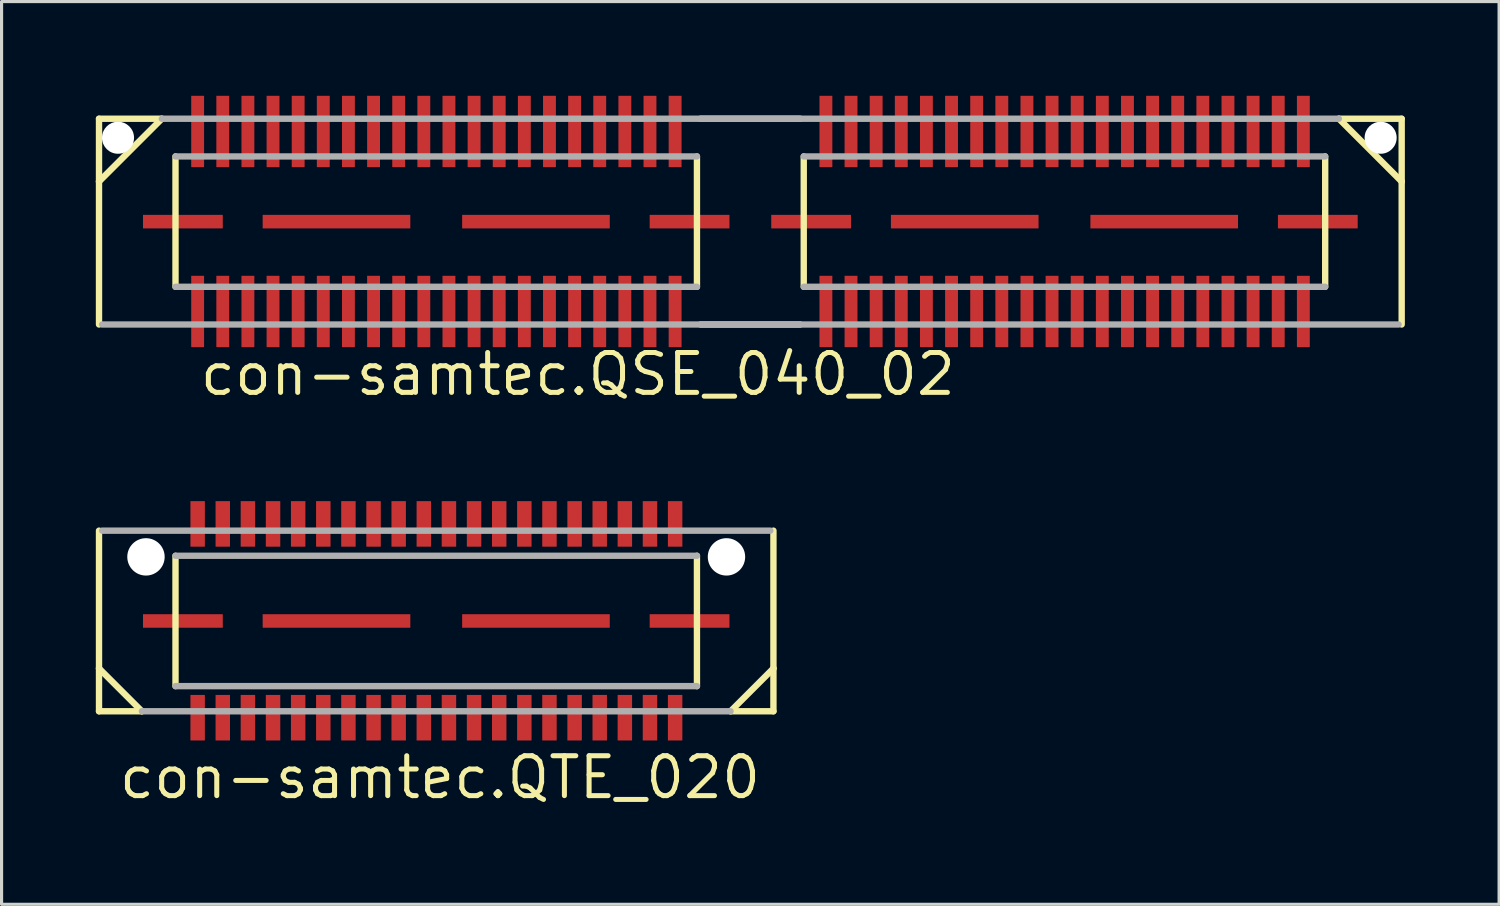
<source format=kicad_pcb>
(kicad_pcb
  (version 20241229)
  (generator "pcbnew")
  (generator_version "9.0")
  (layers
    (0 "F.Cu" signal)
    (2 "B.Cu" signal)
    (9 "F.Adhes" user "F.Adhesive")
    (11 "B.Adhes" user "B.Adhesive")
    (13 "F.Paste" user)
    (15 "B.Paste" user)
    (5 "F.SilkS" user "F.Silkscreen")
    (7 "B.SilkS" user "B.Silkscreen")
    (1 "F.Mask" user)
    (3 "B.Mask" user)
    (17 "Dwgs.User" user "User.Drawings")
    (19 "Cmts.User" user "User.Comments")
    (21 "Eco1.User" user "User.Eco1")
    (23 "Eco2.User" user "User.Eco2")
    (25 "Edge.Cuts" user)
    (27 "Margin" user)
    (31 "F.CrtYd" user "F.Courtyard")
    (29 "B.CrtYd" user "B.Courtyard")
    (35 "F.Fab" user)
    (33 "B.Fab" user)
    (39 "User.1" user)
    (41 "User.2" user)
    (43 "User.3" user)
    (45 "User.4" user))
  (footprint "con-samtec.QSE_040_02"
    (layer "F.Cu")
    (at 20.837 4.005)
    (property "Reference" "con-samtec.QSE_040_02" (at -17.6 5.6 0) (layer "F.SilkS") (effects (font (size 1.27 1.27) (thickness 0.16)) (justify left bottom)))
    (attr smd)
    (fp_line (start -20.735 -3.275) (end -20.735 -1.275) (stroke (width 0.203) (type default)) (layer "F.SilkS"))
    (fp_line (start -20.735 -1.275) (end -20.735 3.275) (stroke (width 0.203) (type default)) (layer "F.SilkS"))
    (fp_line (start -18.735 -3.275) (end -20.735 -3.275) (stroke (width 0.203) (type default)) (layer "F.SilkS"))
    (fp_line (start -18.735 -3.275) (end -20.735 -1.275) (stroke (width 0.203) (type default)) (layer "F.SilkS"))
    (fp_line (start -18.3 2.075) (end -18.3 -2.075) (stroke (width 0.203) (type default)) (layer "F.SilkS"))
    (fp_line (start -1.7 -2.075) (end -1.7 2.075) (stroke (width 0.203) (type default)) (layer "F.SilkS"))
    (fp_line (start 1.585 3.275) (end -1.585 3.275) (stroke (width 0.203) (type default)) (layer "F.SilkS"))
    (fp_line (start 1.59 -3.275) (end -1.59 -3.275) (stroke (width 0.203) (type default)) (layer "F.SilkS"))
    (fp_line (start 1.7 2.075) (end 1.7 -2.075) (stroke (width 0.203) (type default)) (layer "F.SilkS"))
    (fp_line (start 18.3 -2.075) (end 18.3 2.075) (stroke (width 0.203) (type default)) (layer "F.SilkS"))
    (fp_line (start 20.735 -3.275) (end 18.735 -3.275) (stroke (width 0.203) (type default)) (layer "F.SilkS"))
    (fp_line (start 20.735 -1.275) (end 18.735 -3.275) (stroke (width 0.203) (type default)) (layer "F.SilkS"))
    (fp_line (start 20.735 -1.275) (end 20.735 -3.275) (stroke (width 0.203) (type default)) (layer "F.SilkS"))
    (fp_line (start 20.735 3.275) (end 20.735 -1.275) (stroke (width 0.203) (type default)) (layer "F.SilkS"))
    (fp_line (start -18.3 -2.075) (end -1.7 -2.075) (stroke (width 0.203) (type default)) (layer "F.Fab"))
    (fp_line (start -1.7 2.075) (end -18.3 2.075) (stroke (width 0.203) (type default)) (layer "F.Fab"))
    (fp_line (start 1.7 -2.075) (end 18.3 -2.075) (stroke (width 0.203) (type default)) (layer "F.Fab"))
    (fp_line (start 18.3 2.075) (end 1.7 2.075) (stroke (width 0.203) (type default)) (layer "F.Fab"))
    (fp_line (start 18.735 -3.275) (end -18.735 -3.275) (stroke (width 0.203) (type default)) (layer "F.Fab"))
    (fp_line (start 20.635 3.275) (end -20.635 3.275) (stroke (width 0.203) (type default)) (layer "F.Fab"))
    (pad "" np_thru_hole circle (at -20.13 -2.67) (size 1.02 1.02) (drill 1.02) (layers "*.Cu" "*.Mask"))
    (pad "" np_thru_hole circle (at 20.065 -2.67) (size 1.02 1.02) (drill 1.02) (layers "*.Cu" "*.Mask"))
    (pad "1" smd roundrect (at -17.595 2.86) (size 0.41 2.27) (layers "F.Cu" "F.Mask" "F.Paste") (roundrect_rratio 0.01))
    (pad "2" smd roundrect (at -17.595 -2.87) (size 0.41 2.27) (layers "F.Cu" "F.Mask" "F.Paste") (roundrect_rratio 0.01))
    (pad "3" smd roundrect (at -16.795 2.86) (size 0.41 2.27) (layers "F.Cu" "F.Mask" "F.Paste") (roundrect_rratio 0.01))
    (pad "4" smd roundrect (at -16.795 -2.87) (size 0.41 2.27) (layers "F.Cu" "F.Mask" "F.Paste") (roundrect_rratio 0.01))
    (pad "5" smd roundrect (at -15.995 2.86) (size 0.41 2.27) (layers "F.Cu" "F.Mask" "F.Paste") (roundrect_rratio 0.01))
    (pad "6" smd roundrect (at -15.995 -2.87) (size 0.41 2.27) (layers "F.Cu" "F.Mask" "F.Paste") (roundrect_rratio 0.01))
    (pad "7" smd roundrect (at -15.195 2.86) (size 0.41 2.27) (layers "F.Cu" "F.Mask" "F.Paste") (roundrect_rratio 0.01))
    (pad "8" smd roundrect (at -15.195 -2.87) (size 0.41 2.27) (layers "F.Cu" "F.Mask" "F.Paste") (roundrect_rratio 0.01))
    (pad "9" smd roundrect (at -14.395 2.86) (size 0.41 2.27) (layers "F.Cu" "F.Mask" "F.Paste") (roundrect_rratio 0.01))
    (pad "10" smd roundrect (at -14.395 -2.87) (size 0.41 2.27) (layers "F.Cu" "F.Mask" "F.Paste") (roundrect_rratio 0.01))
    (pad "11" smd roundrect (at -13.595 2.86) (size 0.41 2.27) (layers "F.Cu" "F.Mask" "F.Paste") (roundrect_rratio 0.01))
    (pad "12" smd roundrect (at -13.595 -2.87) (size 0.41 2.27) (layers "F.Cu" "F.Mask" "F.Paste") (roundrect_rratio 0.01))
    (pad "13" smd roundrect (at -12.795 2.86) (size 0.41 2.27) (layers "F.Cu" "F.Mask" "F.Paste") (roundrect_rratio 0.01))
    (pad "14" smd roundrect (at -12.795 -2.87) (size 0.41 2.27) (layers "F.Cu" "F.Mask" "F.Paste") (roundrect_rratio 0.01))
    (pad "15" smd roundrect (at -11.995 2.86) (size 0.41 2.27) (layers "F.Cu" "F.Mask" "F.Paste") (roundrect_rratio 0.01))
    (pad "16" smd roundrect (at -11.995 -2.87) (size 0.41 2.27) (layers "F.Cu" "F.Mask" "F.Paste") (roundrect_rratio 0.01))
    (pad "17" smd roundrect (at -11.195 2.86) (size 0.41 2.27) (layers "F.Cu" "F.Mask" "F.Paste") (roundrect_rratio 0.01))
    (pad "18" smd roundrect (at -11.195 -2.87) (size 0.41 2.27) (layers "F.Cu" "F.Mask" "F.Paste") (roundrect_rratio 0.01))
    (pad "19" smd roundrect (at -10.395 2.86) (size 0.41 2.27) (layers "F.Cu" "F.Mask" "F.Paste") (roundrect_rratio 0.01))
    (pad "20" smd roundrect (at -10.395 -2.87) (size 0.41 2.27) (layers "F.Cu" "F.Mask" "F.Paste") (roundrect_rratio 0.01))
    (pad "21" smd roundrect (at -9.595 2.86) (size 0.41 2.27) (layers "F.Cu" "F.Mask" "F.Paste") (roundrect_rratio 0.01))
    (pad "22" smd roundrect (at -9.595 -2.87) (size 0.41 2.27) (layers "F.Cu" "F.Mask" "F.Paste") (roundrect_rratio 0.01))
    (pad "23" smd roundrect (at -8.795 2.86) (size 0.41 2.27) (layers "F.Cu" "F.Mask" "F.Paste") (roundrect_rratio 0.01))
    (pad "24" smd roundrect (at -8.795 -2.87) (size 0.41 2.27) (layers "F.Cu" "F.Mask" "F.Paste") (roundrect_rratio 0.01))
    (pad "25" smd roundrect (at -7.995 2.86) (size 0.41 2.27) (layers "F.Cu" "F.Mask" "F.Paste") (roundrect_rratio 0.01))
    (pad "26" smd roundrect (at -7.995 -2.87) (size 0.41 2.27) (layers "F.Cu" "F.Mask" "F.Paste") (roundrect_rratio 0.01))
    (pad "27" smd roundrect (at -7.195 2.86) (size 0.41 2.27) (layers "F.Cu" "F.Mask" "F.Paste") (roundrect_rratio 0.01))
    (pad "28" smd roundrect (at -7.195 -2.87) (size 0.41 2.27) (layers "F.Cu" "F.Mask" "F.Paste") (roundrect_rratio 0.01))
    (pad "29" smd roundrect (at -6.395 2.86) (size 0.41 2.27) (layers "F.Cu" "F.Mask" "F.Paste") (roundrect_rratio 0.01))
    (pad "30" smd roundrect (at -6.395 -2.87) (size 0.41 2.27) (layers "F.Cu" "F.Mask" "F.Paste") (roundrect_rratio 0.01))
    (pad "31" smd roundrect (at -5.595 2.86) (size 0.41 2.27) (layers "F.Cu" "F.Mask" "F.Paste") (roundrect_rratio 0.01))
    (pad "32" smd roundrect (at -5.595 -2.87) (size 0.41 2.27) (layers "F.Cu" "F.Mask" "F.Paste") (roundrect_rratio 0.01))
    (pad "33" smd roundrect (at -4.795 2.86) (size 0.41 2.27) (layers "F.Cu" "F.Mask" "F.Paste") (roundrect_rratio 0.01))
    (pad "34" smd roundrect (at -4.795 -2.87) (size 0.41 2.27) (layers "F.Cu" "F.Mask" "F.Paste") (roundrect_rratio 0.01))
    (pad "35" smd roundrect (at -3.995 2.86) (size 0.41 2.27) (layers "F.Cu" "F.Mask" "F.Paste") (roundrect_rratio 0.01))
    (pad "36" smd roundrect (at -3.995 -2.87) (size 0.41 2.27) (layers "F.Cu" "F.Mask" "F.Paste") (roundrect_rratio 0.01))
    (pad "37" smd roundrect (at -3.195 2.86) (size 0.41 2.27) (layers "F.Cu" "F.Mask" "F.Paste") (roundrect_rratio 0.01))
    (pad "38" smd roundrect (at -3.195 -2.87) (size 0.41 2.27) (layers "F.Cu" "F.Mask" "F.Paste") (roundrect_rratio 0.01))
    (pad "39" smd roundrect (at -2.395 2.86) (size 0.41 2.27) (layers "F.Cu" "F.Mask" "F.Paste") (roundrect_rratio 0.01))
    (pad "40" smd roundrect (at -2.395 -2.87) (size 0.41 2.27) (layers "F.Cu" "F.Mask" "F.Paste") (roundrect_rratio 0.01))
    (pad "41" smd roundrect (at 2.405 2.86) (size 0.41 2.27) (layers "F.Cu" "F.Mask" "F.Paste") (roundrect_rratio 0.01))
    (pad "42" smd roundrect (at 2.405 -2.87) (size 0.41 2.27) (layers "F.Cu" "F.Mask" "F.Paste") (roundrect_rratio 0.01))
    (pad "43" smd roundrect (at 3.205 2.86) (size 0.41 2.27) (layers "F.Cu" "F.Mask" "F.Paste") (roundrect_rratio 0.01))
    (pad "44" smd roundrect (at 3.205 -2.87) (size 0.41 2.27) (layers "F.Cu" "F.Mask" "F.Paste") (roundrect_rratio 0.01))
    (pad "45" smd roundrect (at 4.005 2.86) (size 0.41 2.27) (layers "F.Cu" "F.Mask" "F.Paste") (roundrect_rratio 0.01))
    (pad "46" smd roundrect (at 4.005 -2.87) (size 0.41 2.27) (layers "F.Cu" "F.Mask" "F.Paste") (roundrect_rratio 0.01))
    (pad "47" smd roundrect (at 4.805 2.86) (size 0.41 2.27) (layers "F.Cu" "F.Mask" "F.Paste") (roundrect_rratio 0.01))
    (pad "48" smd roundrect (at 4.805 -2.87) (size 0.41 2.27) (layers "F.Cu" "F.Mask" "F.Paste") (roundrect_rratio 0.01))
    (pad "49" smd roundrect (at 5.605 2.86) (size 0.41 2.27) (layers "F.Cu" "F.Mask" "F.Paste") (roundrect_rratio 0.01))
    (pad "50" smd roundrect (at 5.605 -2.87) (size 0.41 2.27) (layers "F.Cu" "F.Mask" "F.Paste") (roundrect_rratio 0.01))
    (pad "51" smd roundrect (at 6.405 2.86) (size 0.41 2.27) (layers "F.Cu" "F.Mask" "F.Paste") (roundrect_rratio 0.01))
    (pad "52" smd roundrect (at 6.405 -2.87) (size 0.41 2.27) (layers "F.Cu" "F.Mask" "F.Paste") (roundrect_rratio 0.01))
    (pad "53" smd roundrect (at 7.205 2.86) (size 0.41 2.27) (layers "F.Cu" "F.Mask" "F.Paste") (roundrect_rratio 0.01))
    (pad "54" smd roundrect (at 7.205 -2.87) (size 0.41 2.27) (layers "F.Cu" "F.Mask" "F.Paste") (roundrect_rratio 0.01))
    (pad "55" smd roundrect (at 8.005 2.86) (size 0.41 2.27) (layers "F.Cu" "F.Mask" "F.Paste") (roundrect_rratio 0.01))
    (pad "56" smd roundrect (at 8.005 -2.87) (size 0.41 2.27) (layers "F.Cu" "F.Mask" "F.Paste") (roundrect_rratio 0.01))
    (pad "57" smd roundrect (at 8.805 2.86) (size 0.41 2.27) (layers "F.Cu" "F.Mask" "F.Paste") (roundrect_rratio 0.01))
    (pad "58" smd roundrect (at 8.805 -2.87) (size 0.41 2.27) (layers "F.Cu" "F.Mask" "F.Paste") (roundrect_rratio 0.01))
    (pad "59" smd roundrect (at 9.605 2.86) (size 0.41 2.27) (layers "F.Cu" "F.Mask" "F.Paste") (roundrect_rratio 0.01))
    (pad "60" smd roundrect (at 9.605 -2.87) (size 0.41 2.27) (layers "F.Cu" "F.Mask" "F.Paste") (roundrect_rratio 0.01))
    (pad "61" smd roundrect (at 10.405 2.86) (size 0.41 2.27) (layers "F.Cu" "F.Mask" "F.Paste") (roundrect_rratio 0.01))
    (pad "62" smd roundrect (at 10.405 -2.87) (size 0.41 2.27) (layers "F.Cu" "F.Mask" "F.Paste") (roundrect_rratio 0.01))
    (pad "63" smd roundrect (at 11.205 2.86) (size 0.41 2.27) (layers "F.Cu" "F.Mask" "F.Paste") (roundrect_rratio 0.01))
    (pad "64" smd roundrect (at 11.205 -2.87) (size 0.41 2.27) (layers "F.Cu" "F.Mask" "F.Paste") (roundrect_rratio 0.01))
    (pad "65" smd roundrect (at 12.005 2.86) (size 0.41 2.27) (layers "F.Cu" "F.Mask" "F.Paste") (roundrect_rratio 0.01))
    (pad "66" smd roundrect (at 12.005 -2.87) (size 0.41 2.27) (layers "F.Cu" "F.Mask" "F.Paste") (roundrect_rratio 0.01))
    (pad "67" smd roundrect (at 12.805 2.86) (size 0.41 2.27) (layers "F.Cu" "F.Mask" "F.Paste") (roundrect_rratio 0.01))
    (pad "68" smd roundrect (at 12.805 -2.87) (size 0.41 2.27) (layers "F.Cu" "F.Mask" "F.Paste") (roundrect_rratio 0.01))
    (pad "69" smd roundrect (at 13.605 2.86) (size 0.41 2.27) (layers "F.Cu" "F.Mask" "F.Paste") (roundrect_rratio 0.01))
    (pad "70" smd roundrect (at 13.605 -2.87) (size 0.41 2.27) (layers "F.Cu" "F.Mask" "F.Paste") (roundrect_rratio 0.01))
    (pad "71" smd roundrect (at 14.405 2.86) (size 0.41 2.27) (layers "F.Cu" "F.Mask" "F.Paste") (roundrect_rratio 0.01))
    (pad "72" smd roundrect (at 14.405 -2.87) (size 0.41 2.27) (layers "F.Cu" "F.Mask" "F.Paste") (roundrect_rratio 0.01))
    (pad "73" smd roundrect (at 15.205 2.86) (size 0.41 2.27) (layers "F.Cu" "F.Mask" "F.Paste") (roundrect_rratio 0.01))
    (pad "74" smd roundrect (at 15.205 -2.87) (size 0.41 2.27) (layers "F.Cu" "F.Mask" "F.Paste") (roundrect_rratio 0.01))
    (pad "75" smd roundrect (at 16.005 2.86) (size 0.41 2.27) (layers "F.Cu" "F.Mask" "F.Paste") (roundrect_rratio 0.01))
    (pad "76" smd roundrect (at 16.005 -2.87) (size 0.41 2.27) (layers "F.Cu" "F.Mask" "F.Paste") (roundrect_rratio 0.01))
    (pad "77" smd roundrect (at 16.805 2.86) (size 0.41 2.27) (layers "F.Cu" "F.Mask" "F.Paste") (roundrect_rratio 0.01))
    (pad "78" smd roundrect (at 16.805 -2.87) (size 0.41 2.27) (layers "F.Cu" "F.Mask" "F.Paste") (roundrect_rratio 0.01))
    (pad "79" smd roundrect (at 17.605 2.86) (size 0.41 2.27) (layers "F.Cu" "F.Mask" "F.Paste") (roundrect_rratio 0.01))
    (pad "80" smd roundrect (at 17.605 -2.87) (size 0.41 2.27) (layers "F.Cu" "F.Mask" "F.Paste") (roundrect_rratio 0.01))
    (pad "M1" smd roundrect (at -18.065 0) (size 2.54 0.43) (layers "F.Cu" "F.Mask" "F.Paste") (roundrect_rratio 0.01))
    (pad "M2" smd roundrect (at -1.935 0) (size 2.54 0.43) (layers "F.Cu" "F.Mask" "F.Paste") (roundrect_rratio 0.01))
    (pad "M3" smd roundrect (at -13.175 0) (size 4.7 0.43) (layers "F.Cu" "F.Mask" "F.Paste") (roundrect_rratio 0.01))
    (pad "M4" smd roundrect (at -6.825 0) (size 4.7 0.43) (layers "F.Cu" "F.Mask" "F.Paste") (roundrect_rratio 0.01))
    (pad "M5" smd roundrect (at 1.935 0) (size 2.54 0.43) (layers "F.Cu" "F.Mask" "F.Paste") (roundrect_rratio 0.01))
    (pad "M6" smd roundrect (at 18.065 0) (size 2.54 0.43) (layers "F.Cu" "F.Mask" "F.Paste") (roundrect_rratio 0.01))
    (pad "M7" smd roundrect (at 6.825 0) (size 4.7 0.43) (layers "F.Cu" "F.Mask" "F.Paste") (roundrect_rratio 0.01))
    (pad "M8" smd roundrect (at 13.175 0) (size 4.7 0.43) (layers "F.Cu" "F.Mask" "F.Paste") (roundrect_rratio 0.01)))
  (footprint "con-samtec.QTE_020"
    (layer "F.Cu")
    (at 10.837 16.718)
    (property "Reference" "con-samtec.QTE_020" (at -10.176 5.724 0) (layer "F.SilkS") (effects (font (size 1.27 1.27) (thickness 0.16)) (justify left bottom)))
    (attr smd)
    (fp_line (start -10.735 -2.875) (end -10.735 1.51) (stroke (width 0.203) (type default)) (layer "F.SilkS"))
    (fp_line (start -10.735 1.51) (end -10.735 2.875) (stroke (width 0.203) (type default)) (layer "F.SilkS"))
    (fp_line (start -10.735 1.51) (end -9.37 2.875) (stroke (width 0.203) (type default)) (layer "F.SilkS"))
    (fp_line (start -10.735 2.875) (end -9.37 2.875) (stroke (width 0.203) (type default)) (layer "F.SilkS"))
    (fp_line (start -8.3 2.075) (end -8.3 -2.075) (stroke (width 0.203) (type default)) (layer "F.SilkS"))
    (fp_line (start 8.3 -2.075) (end 8.3 2.075) (stroke (width 0.203) (type default)) (layer "F.SilkS"))
    (fp_line (start 9.37 2.875) (end 10.735 1.51) (stroke (width 0.203) (type default)) (layer "F.SilkS"))
    (fp_line (start 9.37 2.875) (end 10.735 2.875) (stroke (width 0.203) (type default)) (layer "F.SilkS"))
    (fp_line (start 10.735 1.51) (end 10.735 -2.875) (stroke (width 0.203) (type default)) (layer "F.SilkS"))
    (fp_line (start 10.735 2.875) (end 10.735 1.51) (stroke (width 0.203) (type default)) (layer "F.SilkS"))
    (fp_line (start -10.635 -2.875) (end 10.635 -2.875) (stroke (width 0.203) (type default)) (layer "F.Fab"))
    (fp_line (start -9.37 2.875) (end 9.37 2.875) (stroke (width 0.203) (type default)) (layer "F.Fab"))
    (fp_line (start -8.3 -2.075) (end 8.3 -2.075) (stroke (width 0.203) (type default)) (layer "F.Fab"))
    (fp_line (start 8.3 2.075) (end -8.3 2.075) (stroke (width 0.203) (type default)) (layer "F.Fab"))
    (pad "" np_thru_hole circle (at -9.24 -2.04) (size 1.19 1.19) (drill 1.19) (layers "*.Cu" "*.Mask"))
    (pad "" np_thru_hole circle (at 9.24 -2.04) (size 1.19 1.19) (drill 1.19) (layers "*.Cu" "*.Mask"))
    (pad "1" smd roundrect (at -7.595 -3.09) (size 0.46 1.45) (layers "F.Cu" "F.Mask" "F.Paste") (roundrect_rratio 0.01))
    (pad "2" smd roundrect (at -7.595 3.08) (size 0.46 1.45) (layers "F.Cu" "F.Mask" "F.Paste") (roundrect_rratio 0.01))
    (pad "3" smd roundrect (at -6.795 -3.09) (size 0.46 1.45) (layers "F.Cu" "F.Mask" "F.Paste") (roundrect_rratio 0.01))
    (pad "4" smd roundrect (at -6.795 3.08) (size 0.46 1.45) (layers "F.Cu" "F.Mask" "F.Paste") (roundrect_rratio 0.01))
    (pad "5" smd roundrect (at -5.995 -3.09) (size 0.46 1.45) (layers "F.Cu" "F.Mask" "F.Paste") (roundrect_rratio 0.01))
    (pad "6" smd roundrect (at -5.995 3.08) (size 0.46 1.45) (layers "F.Cu" "F.Mask" "F.Paste") (roundrect_rratio 0.01))
    (pad "7" smd roundrect (at -5.195 -3.09) (size 0.46 1.45) (layers "F.Cu" "F.Mask" "F.Paste") (roundrect_rratio 0.01))
    (pad "8" smd roundrect (at -5.195 3.08) (size 0.46 1.45) (layers "F.Cu" "F.Mask" "F.Paste") (roundrect_rratio 0.01))
    (pad "9" smd roundrect (at -4.395 -3.09) (size 0.46 1.45) (layers "F.Cu" "F.Mask" "F.Paste") (roundrect_rratio 0.01))
    (pad "10" smd roundrect (at -4.395 3.08) (size 0.46 1.45) (layers "F.Cu" "F.Mask" "F.Paste") (roundrect_rratio 0.01))
    (pad "11" smd roundrect (at -3.595 -3.09) (size 0.46 1.45) (layers "F.Cu" "F.Mask" "F.Paste") (roundrect_rratio 0.01))
    (pad "12" smd roundrect (at -3.595 3.08) (size 0.46 1.45) (layers "F.Cu" "F.Mask" "F.Paste") (roundrect_rratio 0.01))
    (pad "13" smd roundrect (at -2.795 -3.09) (size 0.46 1.45) (layers "F.Cu" "F.Mask" "F.Paste") (roundrect_rratio 0.01))
    (pad "14" smd roundrect (at -2.795 3.08) (size 0.46 1.45) (layers "F.Cu" "F.Mask" "F.Paste") (roundrect_rratio 0.01))
    (pad "15" smd roundrect (at -1.995 -3.09) (size 0.46 1.45) (layers "F.Cu" "F.Mask" "F.Paste") (roundrect_rratio 0.01))
    (pad "16" smd roundrect (at -1.995 3.08) (size 0.46 1.45) (layers "F.Cu" "F.Mask" "F.Paste") (roundrect_rratio 0.01))
    (pad "17" smd roundrect (at -1.195 -3.09) (size 0.46 1.45) (layers "F.Cu" "F.Mask" "F.Paste") (roundrect_rratio 0.01))
    (pad "18" smd roundrect (at -1.195 3.08) (size 0.46 1.45) (layers "F.Cu" "F.Mask" "F.Paste") (roundrect_rratio 0.01))
    (pad "19" smd roundrect (at -0.395 -3.09) (size 0.46 1.45) (layers "F.Cu" "F.Mask" "F.Paste") (roundrect_rratio 0.01))
    (pad "20" smd roundrect (at -0.395 3.08) (size 0.46 1.45) (layers "F.Cu" "F.Mask" "F.Paste") (roundrect_rratio 0.01))
    (pad "21" smd roundrect (at 0.405 -3.09) (size 0.46 1.45) (layers "F.Cu" "F.Mask" "F.Paste") (roundrect_rratio 0.01))
    (pad "22" smd roundrect (at 0.405 3.08) (size 0.46 1.45) (layers "F.Cu" "F.Mask" "F.Paste") (roundrect_rratio 0.01))
    (pad "23" smd roundrect (at 1.205 -3.09) (size 0.46 1.45) (layers "F.Cu" "F.Mask" "F.Paste") (roundrect_rratio 0.01))
    (pad "24" smd roundrect (at 1.205 3.08) (size 0.46 1.45) (layers "F.Cu" "F.Mask" "F.Paste") (roundrect_rratio 0.01))
    (pad "25" smd roundrect (at 2.005 -3.09) (size 0.46 1.45) (layers "F.Cu" "F.Mask" "F.Paste") (roundrect_rratio 0.01))
    (pad "26" smd roundrect (at 2.005 3.08) (size 0.46 1.45) (layers "F.Cu" "F.Mask" "F.Paste") (roundrect_rratio 0.01))
    (pad "27" smd roundrect (at 2.805 -3.09) (size 0.46 1.45) (layers "F.Cu" "F.Mask" "F.Paste") (roundrect_rratio 0.01))
    (pad "28" smd roundrect (at 2.805 3.08) (size 0.46 1.45) (layers "F.Cu" "F.Mask" "F.Paste") (roundrect_rratio 0.01))
    (pad "29" smd roundrect (at 3.605 -3.09) (size 0.46 1.45) (layers "F.Cu" "F.Mask" "F.Paste") (roundrect_rratio 0.01))
    (pad "30" smd roundrect (at 3.605 3.08) (size 0.46 1.45) (layers "F.Cu" "F.Mask" "F.Paste") (roundrect_rratio 0.01))
    (pad "31" smd roundrect (at 4.405 -3.09) (size 0.46 1.45) (layers "F.Cu" "F.Mask" "F.Paste") (roundrect_rratio 0.01))
    (pad "32" smd roundrect (at 4.405 3.08) (size 0.46 1.45) (layers "F.Cu" "F.Mask" "F.Paste") (roundrect_rratio 0.01))
    (pad "33" smd roundrect (at 5.205 -3.09) (size 0.46 1.45) (layers "F.Cu" "F.Mask" "F.Paste") (roundrect_rratio 0.01))
    (pad "34" smd roundrect (at 5.205 3.08) (size 0.46 1.45) (layers "F.Cu" "F.Mask" "F.Paste") (roundrect_rratio 0.01))
    (pad "35" smd roundrect (at 6.005 -3.09) (size 0.46 1.45) (layers "F.Cu" "F.Mask" "F.Paste") (roundrect_rratio 0.01))
    (pad "36" smd roundrect (at 6.005 3.08) (size 0.46 1.45) (layers "F.Cu" "F.Mask" "F.Paste") (roundrect_rratio 0.01))
    (pad "37" smd roundrect (at 6.805 -3.09) (size 0.46 1.45) (layers "F.Cu" "F.Mask" "F.Paste") (roundrect_rratio 0.01))
    (pad "38" smd roundrect (at 6.805 3.08) (size 0.46 1.45) (layers "F.Cu" "F.Mask" "F.Paste") (roundrect_rratio 0.01))
    (pad "39" smd roundrect (at 7.605 -3.09) (size 0.46 1.45) (layers "F.Cu" "F.Mask" "F.Paste") (roundrect_rratio 0.01))
    (pad "40" smd roundrect (at 7.605 3.08) (size 0.46 1.45) (layers "F.Cu" "F.Mask" "F.Paste") (roundrect_rratio 0.01))
    (pad "M1" smd roundrect (at -8.065 0) (size 2.54 0.43) (layers "F.Cu" "F.Mask" "F.Paste") (roundrect_rratio 0.01))
    (pad "M2" smd roundrect (at 8.065 0) (size 2.54 0.43) (layers "F.Cu" "F.Mask" "F.Paste") (roundrect_rratio 0.01))
    (pad "M3" smd roundrect (at -3.175 0) (size 4.7 0.43) (layers "F.Cu" "F.Mask" "F.Paste") (roundrect_rratio 0.01))
    (pad "M4" smd roundrect (at 3.175 0) (size 4.7 0.43) (layers "F.Cu" "F.Mask" "F.Paste") (roundrect_rratio 0.01)))
  (gr_rect
    (start -3 -3)
    (end 44.673 25.739)
    (stroke (width 0.1) (type default))
    (fill no)
    (layer "Edge.Cuts")))
</source>
